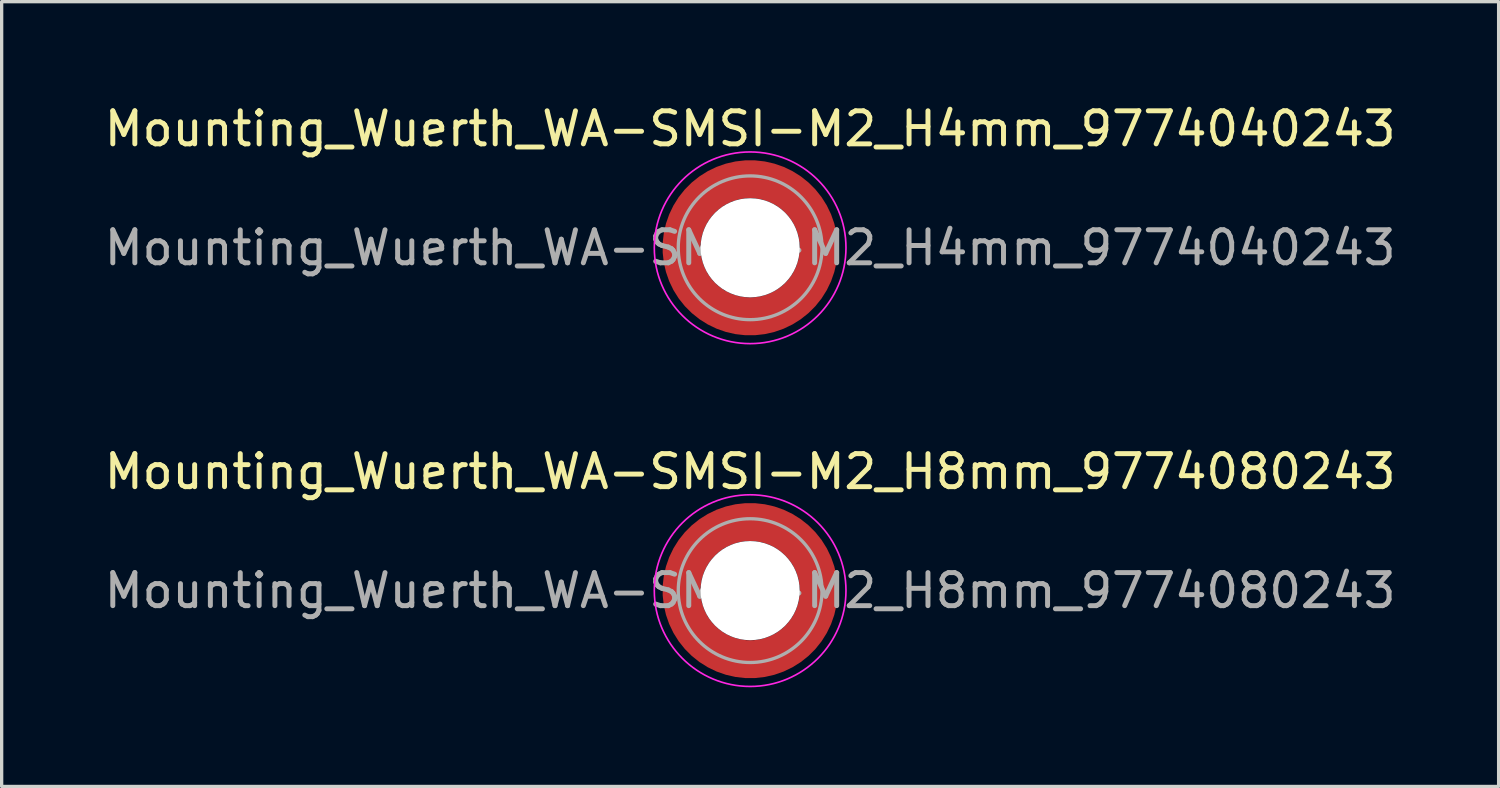
<source format=kicad_pcb>
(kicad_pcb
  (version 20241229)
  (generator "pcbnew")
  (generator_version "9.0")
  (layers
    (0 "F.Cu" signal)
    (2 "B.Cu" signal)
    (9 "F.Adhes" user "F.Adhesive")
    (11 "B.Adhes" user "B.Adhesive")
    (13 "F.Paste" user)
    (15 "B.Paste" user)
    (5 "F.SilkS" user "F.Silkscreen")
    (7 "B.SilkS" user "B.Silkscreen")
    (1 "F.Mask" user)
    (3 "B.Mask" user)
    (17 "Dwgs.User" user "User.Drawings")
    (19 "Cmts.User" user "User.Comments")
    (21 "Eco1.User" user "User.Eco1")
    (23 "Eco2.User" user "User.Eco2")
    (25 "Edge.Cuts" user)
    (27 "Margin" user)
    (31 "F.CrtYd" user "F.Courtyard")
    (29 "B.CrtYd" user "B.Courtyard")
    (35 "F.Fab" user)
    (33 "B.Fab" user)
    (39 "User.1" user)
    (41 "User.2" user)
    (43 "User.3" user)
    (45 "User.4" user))
  (footprint "Mounting_Wuerth_WA-SMSI-M2_H4mm_9774040243"
    (layer "F.Cu")
    (at 19.649 4.448)
    (property "Reference" "Mounting_Wuerth_WA-SMSI-M2_H4mm_9774040243" (at 0 -3.6 0) (layer "F.SilkS") (effects (font (size 1 1) (thickness 0.15))))
    (attr smd)
    (fp_circle (center 0 0) (end 2.9 0) (stroke (width 0.05) (type solid)) (fill no) (layer "F.CrtYd"))
    (fp_circle (center 0 0) (end 2.175 0) (stroke (width 0.1) (type solid)) (fill no) (layer "F.Fab"))
    (fp_text user "${REFERENCE}" (at 0 0 0) (layer "F.Fab") (effects (font (size 1 1) (thickness 0.15))))
    (pad "" smd custom (at -1.453 -1.453) (size 0.61 0.61) (layers "F.Paste") (options (anchor circle)) (primitives (gr_arc (start -0.147677 1.053104) (mid 0.285964 0.286792) (end 1.051968 -0.147393) (width 0.2)) (gr_arc (start -0.240295 1.053104) (mid 0.22253 0.222946) (end 1.052531 -0.24016) (width 0.2)) (gr_arc (start -0.332645 1.053104) (mid 0.158548 0.15965) (end 1.051583 -0.332304) (width 0.2)) (gr_arc (start -0.424767 1.053104) (mid 0.09486 0.096059) (end 1.051446 -0.424413) (width 0.2)) (gr_arc (start -0.516693 1.053104) (mid 0.031293 0.032346) (end 1.051645 -0.516396) (width 0.2)) (gr_arc (start -0.608448 1.053104) (mid -0.032323 -0.031316) (end 1.051707 -0.608176) (width 0.2)) (gr_arc (start -0.700056 1.053104) (mid -0.09616 -0.094758) (end 1.051155 -0.699693) (width 0.2)) (gr_arc (start -0.791534 1.053104) (mid -0.160388 -0.15781) (end 1.049515 -0.790891) (width 0.2)) (gr_arc (start -0.882896 1.053104) (mid -0.223713 -0.221764) (end 1.050388 -0.882429) (width 0.2)) (gr_arc (start -0.974157 1.053104) (mid -0.287654 -0.285101) (end 1.049541 -0.973567) (width 0.2)) (gr_line (start 1.053 -0.148) (end 1.053 -0.974) (width 0.2)) (gr_line (start -0.148 1.053) (end -0.974 1.053) (width 0.2))))
    (pad "" smd custom (at -1.453 1.453) (size 0.61 0.61) (layers "F.Paste") (options (anchor circle)) (primitives (gr_arc (start 1.053104 0.147677) (mid 0.286792 -0.285964) (end -0.147393 -1.051968) (width 0.2)) (gr_arc (start 1.053104 0.240295) (mid 0.222946 -0.22253) (end -0.24016 -1.052531) (width 0.2)) (gr_arc (start 1.053104 0.332645) (mid 0.15965 -0.158548) (end -0.332304 -1.051583) (width 0.2)) (gr_arc (start 1.053104 0.424767) (mid 0.096059 -0.09486) (end -0.424413 -1.051446) (width 0.2)) (gr_arc (start 1.053104 0.516693) (mid 0.032346 -0.031293) (end -0.516396 -1.051645) (width 0.2)) (gr_arc (start 1.053104 0.608448) (mid -0.031316 0.032323) (end -0.608176 -1.051707) (width 0.2)) (gr_arc (start 1.053104 0.700056) (mid -0.094758 0.09616) (end -0.699693 -1.051155) (width 0.2)) (gr_arc (start 1.053104 0.791534) (mid -0.15781 0.160388) (end -0.790891 -1.049515) (width 0.2)) (gr_arc (start 1.053104 0.882896) (mid -0.221764 0.223713) (end -0.882429 -1.050388) (width 0.2)) (gr_arc (start 1.053104 0.974157) (mid -0.285101 0.287654) (end -0.973567 -1.049541) (width 0.2)) (gr_line (start -0.148 -1.053) (end -0.974 -1.053) (width 0.2)) (gr_line (start 1.053 0.148) (end 1.053 0.974) (width 0.2))))
    (pad "" np_thru_hole circle (at 0 0) (size 3 3) (drill 3) (layers "*.Cu" "*.Mask"))
    (pad "" smd custom (at 1.453 -1.453) (size 0.61 0.61) (layers "F.Paste") (options (anchor circle)) (primitives (gr_arc (start -1.053104 -0.147677) (mid -0.286792 0.285964) (end 0.147393 1.051968) (width 0.2)) (gr_arc (start -1.053104 -0.240295) (mid -0.222946 0.22253) (end 0.24016 1.052531) (width 0.2)) (gr_arc (start -1.053104 -0.332645) (mid -0.15965 0.158548) (end 0.332304 1.051583) (width 0.2)) (gr_arc (start -1.053104 -0.424767) (mid -0.096059 0.09486) (end 0.424413 1.051446) (width 0.2)) (gr_arc (start -1.053104 -0.516693) (mid -0.032346 0.031293) (end 0.516396 1.051645) (width 0.2)) (gr_arc (start -1.053104 -0.608448) (mid 0.031316 -0.032323) (end 0.608176 1.051707) (width 0.2)) (gr_arc (start -1.053104 -0.700056) (mid 0.094758 -0.09616) (end 0.699693 1.051155) (width 0.2)) (gr_arc (start -1.053104 -0.791534) (mid 0.15781 -0.160388) (end 0.790891 1.049515) (width 0.2)) (gr_arc (start -1.053104 -0.882896) (mid 0.221764 -0.223713) (end 0.882429 1.050388) (width 0.2)) (gr_arc (start -1.053104 -0.974157) (mid 0.285101 -0.287654) (end 0.973567 1.049541) (width 0.2)) (gr_line (start 0.148 1.053) (end 0.974 1.053) (width 0.2)) (gr_line (start -1.053 -0.148) (end -1.053 -0.974) (width 0.2))))
    (pad "" smd custom (at 1.453 1.453) (size 0.61 0.61) (layers "F.Paste") (options (anchor circle)) (primitives (gr_arc (start 0.147677 -1.053104) (mid -0.285964 -0.286792) (end -1.051968 0.147393) (width 0.2)) (gr_arc (start 0.240295 -1.053104) (mid -0.22253 -0.222946) (end -1.052531 0.24016) (width 0.2)) (gr_arc (start 0.332645 -1.053104) (mid -0.158548 -0.15965) (end -1.051583 0.332304) (width 0.2)) (gr_arc (start 0.424767 -1.053104) (mid -0.09486 -0.096059) (end -1.051446 0.424413) (width 0.2)) (gr_arc (start 0.516693 -1.053104) (mid -0.031293 -0.032346) (end -1.051645 0.516396) (width 0.2)) (gr_arc (start 0.608448 -1.053104) (mid 0.032323 0.031316) (end -1.051707 0.608176) (width 0.2)) (gr_arc (start 0.700056 -1.053104) (mid 0.09616 0.094758) (end -1.051155 0.699693) (width 0.2)) (gr_arc (start 0.791534 -1.053104) (mid 0.160388 0.15781) (end -1.049515 0.790891) (width 0.2)) (gr_arc (start 0.882896 -1.053104) (mid 0.223713 0.221764) (end -1.050388 0.882429) (width 0.2)) (gr_arc (start 0.974157 -1.053104) (mid 0.287654 0.285101) (end -1.049541 0.973567) (width 0.2)) (gr_line (start -1.053 0.148) (end -1.053 0.974) (width 0.2)) (gr_line (start 0.148 -1.053) (end 0.974 -1.053) (width 0.2))))
    (pad "1" smd circle (at -2.075 0) (size 0.75 0.75) (layers "F.Cu"))
    (pad "1" smd circle (at 0 -2.075) (size 0.75 0.75) (layers "F.Cu"))
    (pad "1" smd circle (at 0 2.075) (size 0.75 0.75) (layers "F.Cu"))
    (pad "1" smd custom (at 2.075 0) (size 0.75 0.75) (layers "F.Cu" "F.Mask") (options (anchor circle)) (primitives (gr_circle (center -2.075 0) (end 0 0) (width 1.15) (fill no)))))
  (footprint "Mounting_Wuerth_WA-SMSI-M2_H8mm_9774080243"
    (layer "F.Cu")
    (at 19.649 14.822)
    (property "Reference" "Mounting_Wuerth_WA-SMSI-M2_H8mm_9774080243" (at 0 -3.6 0) (layer "F.SilkS") (effects (font (size 1 1) (thickness 0.15))))
    (attr smd)
    (fp_circle (center 0 0) (end 2.9 0) (stroke (width 0.05) (type solid)) (fill no) (layer "F.CrtYd"))
    (fp_circle (center 0 0) (end 2.175 0) (stroke (width 0.1) (type solid)) (fill no) (layer "F.Fab"))
    (fp_text user "${REFERENCE}" (at 0 0 0) (layer "F.Fab") (effects (font (size 1 1) (thickness 0.15))))
    (pad "" smd custom (at -1.453 -1.453) (size 0.61 0.61) (layers "F.Paste") (options (anchor circle)) (primitives (gr_arc (start -0.147677 1.053104) (mid 0.285964 0.286792) (end 1.051968 -0.147393) (width 0.2)) (gr_arc (start -0.240295 1.053104) (mid 0.22253 0.222946) (end 1.052531 -0.24016) (width 0.2)) (gr_arc (start -0.332645 1.053104) (mid 0.158548 0.15965) (end 1.051583 -0.332304) (width 0.2)) (gr_arc (start -0.424767 1.053104) (mid 0.09486 0.096059) (end 1.051446 -0.424413) (width 0.2)) (gr_arc (start -0.516693 1.053104) (mid 0.031293 0.032346) (end 1.051645 -0.516396) (width 0.2)) (gr_arc (start -0.608448 1.053104) (mid -0.032323 -0.031316) (end 1.051707 -0.608176) (width 0.2)) (gr_arc (start -0.700056 1.053104) (mid -0.09616 -0.094758) (end 1.051155 -0.699693) (width 0.2)) (gr_arc (start -0.791534 1.053104) (mid -0.160388 -0.15781) (end 1.049515 -0.790891) (width 0.2)) (gr_arc (start -0.882896 1.053104) (mid -0.223713 -0.221764) (end 1.050388 -0.882429) (width 0.2)) (gr_arc (start -0.974157 1.053104) (mid -0.287654 -0.285101) (end 1.049541 -0.973567) (width 0.2)) (gr_line (start 1.053 -0.148) (end 1.053 -0.974) (width 0.2)) (gr_line (start -0.148 1.053) (end -0.974 1.053) (width 0.2))))
    (pad "" smd custom (at -1.453 1.453) (size 0.61 0.61) (layers "F.Paste") (options (anchor circle)) (primitives (gr_arc (start 1.053104 0.147677) (mid 0.286792 -0.285964) (end -0.147393 -1.051968) (width 0.2)) (gr_arc (start 1.053104 0.240295) (mid 0.222946 -0.22253) (end -0.24016 -1.052531) (width 0.2)) (gr_arc (start 1.053104 0.332645) (mid 0.15965 -0.158548) (end -0.332304 -1.051583) (width 0.2)) (gr_arc (start 1.053104 0.424767) (mid 0.096059 -0.09486) (end -0.424413 -1.051446) (width 0.2)) (gr_arc (start 1.053104 0.516693) (mid 0.032346 -0.031293) (end -0.516396 -1.051645) (width 0.2)) (gr_arc (start 1.053104 0.608448) (mid -0.031316 0.032323) (end -0.608176 -1.051707) (width 0.2)) (gr_arc (start 1.053104 0.700056) (mid -0.094758 0.09616) (end -0.699693 -1.051155) (width 0.2)) (gr_arc (start 1.053104 0.791534) (mid -0.15781 0.160388) (end -0.790891 -1.049515) (width 0.2)) (gr_arc (start 1.053104 0.882896) (mid -0.221764 0.223713) (end -0.882429 -1.050388) (width 0.2)) (gr_arc (start 1.053104 0.974157) (mid -0.285101 0.287654) (end -0.973567 -1.049541) (width 0.2)) (gr_line (start -0.148 -1.053) (end -0.974 -1.053) (width 0.2)) (gr_line (start 1.053 0.148) (end 1.053 0.974) (width 0.2))))
    (pad "" np_thru_hole circle (at 0 0) (size 3 3) (drill 3) (layers "*.Cu" "*.Mask"))
    (pad "" smd custom (at 1.453 -1.453) (size 0.61 0.61) (layers "F.Paste") (options (anchor circle)) (primitives (gr_arc (start -1.053104 -0.147677) (mid -0.286792 0.285964) (end 0.147393 1.051968) (width 0.2)) (gr_arc (start -1.053104 -0.240295) (mid -0.222946 0.22253) (end 0.24016 1.052531) (width 0.2)) (gr_arc (start -1.053104 -0.332645) (mid -0.15965 0.158548) (end 0.332304 1.051583) (width 0.2)) (gr_arc (start -1.053104 -0.424767) (mid -0.096059 0.09486) (end 0.424413 1.051446) (width 0.2)) (gr_arc (start -1.053104 -0.516693) (mid -0.032346 0.031293) (end 0.516396 1.051645) (width 0.2)) (gr_arc (start -1.053104 -0.608448) (mid 0.031316 -0.032323) (end 0.608176 1.051707) (width 0.2)) (gr_arc (start -1.053104 -0.700056) (mid 0.094758 -0.09616) (end 0.699693 1.051155) (width 0.2)) (gr_arc (start -1.053104 -0.791534) (mid 0.15781 -0.160388) (end 0.790891 1.049515) (width 0.2)) (gr_arc (start -1.053104 -0.882896) (mid 0.221764 -0.223713) (end 0.882429 1.050388) (width 0.2)) (gr_arc (start -1.053104 -0.974157) (mid 0.285101 -0.287654) (end 0.973567 1.049541) (width 0.2)) (gr_line (start 0.148 1.053) (end 0.974 1.053) (width 0.2)) (gr_line (start -1.053 -0.148) (end -1.053 -0.974) (width 0.2))))
    (pad "" smd custom (at 1.453 1.453) (size 0.61 0.61) (layers "F.Paste") (options (anchor circle)) (primitives (gr_arc (start 0.147677 -1.053104) (mid -0.285964 -0.286792) (end -1.051968 0.147393) (width 0.2)) (gr_arc (start 0.240295 -1.053104) (mid -0.22253 -0.222946) (end -1.052531 0.24016) (width 0.2)) (gr_arc (start 0.332645 -1.053104) (mid -0.158548 -0.15965) (end -1.051583 0.332304) (width 0.2)) (gr_arc (start 0.424767 -1.053104) (mid -0.09486 -0.096059) (end -1.051446 0.424413) (width 0.2)) (gr_arc (start 0.516693 -1.053104) (mid -0.031293 -0.032346) (end -1.051645 0.516396) (width 0.2)) (gr_arc (start 0.608448 -1.053104) (mid 0.032323 0.031316) (end -1.051707 0.608176) (width 0.2)) (gr_arc (start 0.700056 -1.053104) (mid 0.09616 0.094758) (end -1.051155 0.699693) (width 0.2)) (gr_arc (start 0.791534 -1.053104) (mid 0.160388 0.15781) (end -1.049515 0.790891) (width 0.2)) (gr_arc (start 0.882896 -1.053104) (mid 0.223713 0.221764) (end -1.050388 0.882429) (width 0.2)) (gr_arc (start 0.974157 -1.053104) (mid 0.287654 0.285101) (end -1.049541 0.973567) (width 0.2)) (gr_line (start -1.053 0.148) (end -1.053 0.974) (width 0.2)) (gr_line (start 0.148 -1.053) (end 0.974 -1.053) (width 0.2))))
    (pad "1" smd circle (at -2.075 0) (size 0.75 0.75) (layers "F.Cu"))
    (pad "1" smd circle (at 0 -2.075) (size 0.75 0.75) (layers "F.Cu"))
    (pad "1" smd circle (at 0 2.075) (size 0.75 0.75) (layers "F.Cu"))
    (pad "1" smd custom (at 2.075 0) (size 0.75 0.75) (layers "F.Cu" "F.Mask") (options (anchor circle)) (primitives (gr_circle (center -2.075 0) (end 0 0) (width 1.15) (fill no)))))
  (gr_rect
    (start -3 -3)
    (end 42.298 20.747)
    (stroke (width 0.1) (type default))
    (fill no)
    (layer "Edge.Cuts")))
</source>
